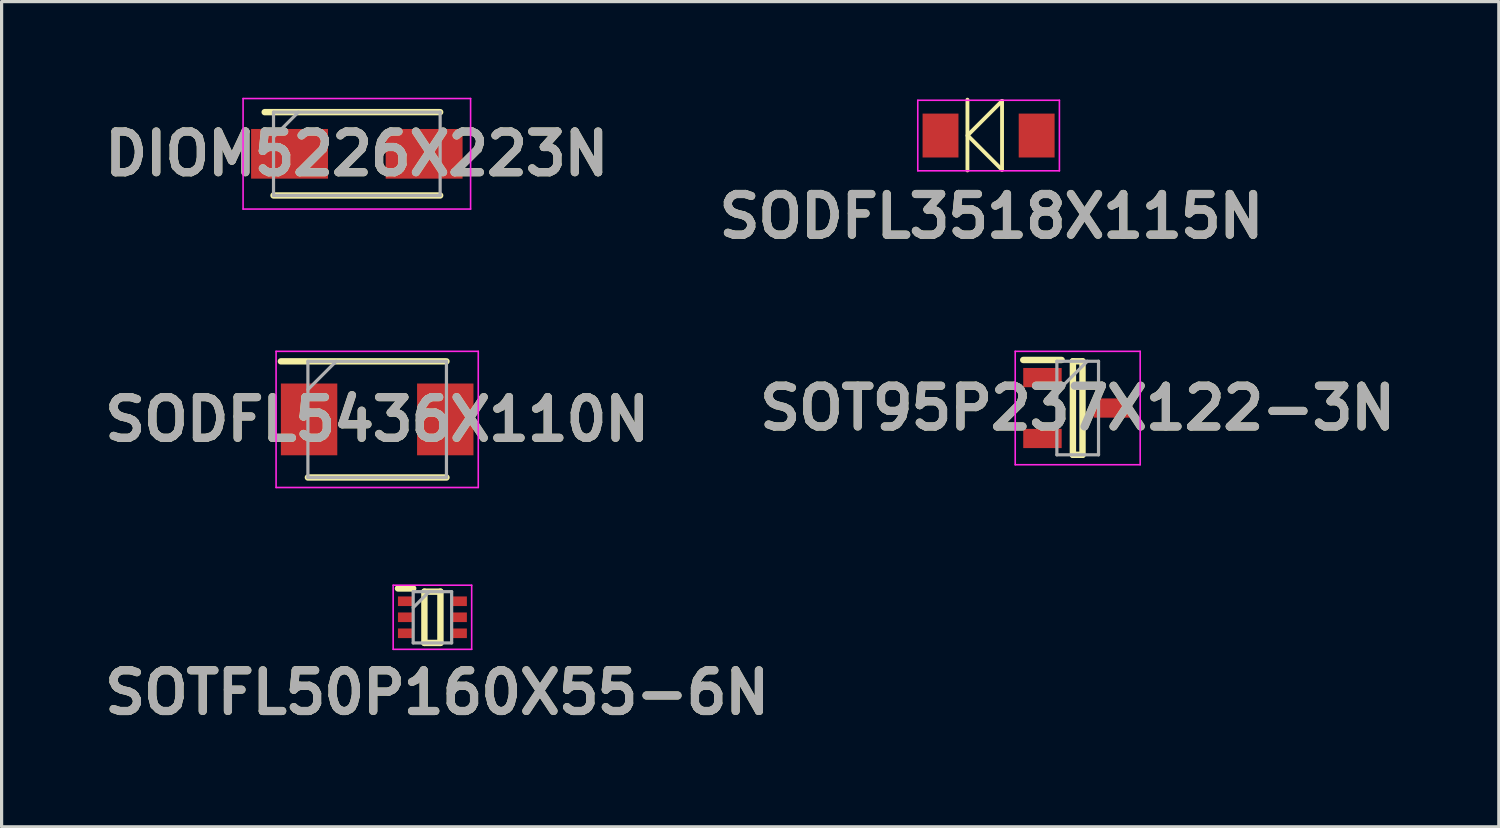
<source format=kicad_pcb>
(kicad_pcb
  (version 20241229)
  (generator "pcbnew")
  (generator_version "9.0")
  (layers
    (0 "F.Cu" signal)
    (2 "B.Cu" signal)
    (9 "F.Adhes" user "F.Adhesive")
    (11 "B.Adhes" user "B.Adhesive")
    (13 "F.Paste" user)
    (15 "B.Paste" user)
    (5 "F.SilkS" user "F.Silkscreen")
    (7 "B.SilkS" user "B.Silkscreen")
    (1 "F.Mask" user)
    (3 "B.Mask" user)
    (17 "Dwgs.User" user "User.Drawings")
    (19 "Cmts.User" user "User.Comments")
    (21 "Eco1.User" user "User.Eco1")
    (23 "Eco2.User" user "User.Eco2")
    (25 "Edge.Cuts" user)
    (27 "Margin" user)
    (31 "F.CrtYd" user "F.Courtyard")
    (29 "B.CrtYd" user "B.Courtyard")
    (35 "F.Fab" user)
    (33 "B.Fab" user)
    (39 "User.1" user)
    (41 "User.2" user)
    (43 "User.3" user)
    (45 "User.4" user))
  (footprint "SODFL5436X110N"
    (layer "F.Cu")
    (at 8.721 10.039)
    (property "Reference" "SODFL5436X110N" (at 0 0 0) (layer "F.SilkS") (effects (font (size 1.27 1.27) (thickness 0.254))))
    (attr smd)
    (fp_line (start -3.005 -1.812) (end 2.162 -1.812) (stroke (width 0.2) (type solid)) (layer "F.SilkS"))
    (fp_line (start -2.162 1.812) (end 2.162 1.812) (stroke (width 0.2) (type solid)) (layer "F.SilkS"))
    (fp_line (start -3.155 -2.125) (end 3.155 -2.125) (stroke (width 0.05) (type solid)) (layer "F.CrtYd"))
    (fp_line (start -3.155 2.125) (end -3.155 -2.125) (stroke (width 0.05) (type solid)) (layer "F.CrtYd"))
    (fp_line (start 3.155 -2.125) (end 3.155 2.125) (stroke (width 0.05) (type solid)) (layer "F.CrtYd"))
    (fp_line (start 3.155 2.125) (end -3.155 2.125) (stroke (width 0.05) (type solid)) (layer "F.CrtYd"))
    (fp_line (start -2.162 -1.812) (end 2.162 -1.812) (stroke (width 0.1) (type solid)) (layer "F.Fab"))
    (fp_line (start -2.162 -0.932) (end -1.282 -1.812) (stroke (width 0.1) (type solid)) (layer "F.Fab"))
    (fp_line (start -2.162 1.812) (end -2.162 -1.812) (stroke (width 0.1) (type solid)) (layer "F.Fab"))
    (fp_line (start 2.162 -1.812) (end 2.162 1.812) (stroke (width 0.1) (type solid)) (layer "F.Fab"))
    (fp_line (start 2.162 1.812) (end -2.162 1.812) (stroke (width 0.1) (type solid)) (layer "F.Fab"))
    (fp_text user "${REFERENCE}" (at 0 0 0) (layer "F.Fab") (effects (font (size 1.27 1.27) (thickness 0.254))))
    (pad "1" smd rect (at -2.125 0) (size 1.76 2.24) (layers "F.Cu" "F.Mask" "F.Paste"))
    (pad "2" smd rect (at 2.125 0) (size 1.76 2.24) (layers "F.Cu" "F.Mask" "F.Paste")))
  (footprint "DIOM5226X223N"
    (layer "F.Cu")
    (at 8.086 1.75)
    (property "Reference" "DIOM5226X223N" (at 0 0 0) (layer "F.SilkS") (effects (font (size 1.27 1.27) (thickness 0.254))))
    (attr smd)
    (fp_line (start -2.6 1.3) (end 2.6 1.3) (stroke (width 0.2) (type solid)) (layer "F.SilkS"))
    (fp_line (start 2.6 -1.3) (end -2.875 -1.3) (stroke (width 0.2) (type solid)) (layer "F.SilkS"))
    (fp_line (start -3.55 -1.725) (end 3.55 -1.725) (stroke (width 0.05) (type solid)) (layer "F.CrtYd"))
    (fp_line (start -3.55 1.725) (end -3.55 -1.725) (stroke (width 0.05) (type solid)) (layer "F.CrtYd"))
    (fp_line (start 3.55 -1.725) (end 3.55 1.725) (stroke (width 0.05) (type solid)) (layer "F.CrtYd"))
    (fp_line (start 3.55 1.725) (end -3.55 1.725) (stroke (width 0.05) (type solid)) (layer "F.CrtYd"))
    (fp_line (start -2.6 -1.3) (end 2.6 -1.3) (stroke (width 0.1) (type solid)) (layer "F.Fab"))
    (fp_line (start -2.6 -0.525) (end -1.825 -1.3) (stroke (width 0.1) (type solid)) (layer "F.Fab"))
    (fp_line (start -2.6 1.3) (end -2.6 -1.3) (stroke (width 0.1) (type solid)) (layer "F.Fab"))
    (fp_line (start 2.6 -1.3) (end 2.6 1.3) (stroke (width 0.1) (type solid)) (layer "F.Fab"))
    (fp_line (start 2.6 1.3) (end -2.6 1.3) (stroke (width 0.1) (type solid)) (layer "F.Fab"))
    (fp_text user "${REFERENCE}" (at 0 0 0) (layer "F.Fab") (effects (font (size 1.27 1.27) (thickness 0.254))))
    (pad "1" smd rect (at -2.1 0 90) (size 1.55 2.4) (layers "F.Cu" "F.Mask" "F.Paste"))
    (pad "2" smd rect (at 2.1 0 90) (size 1.55 2.4) (layers "F.Cu" "F.Mask" "F.Paste")))
  (footprint "SODFL3518X115N"
    (layer "F.Cu")
    (at 27.802 1.18)
    (property "Reference" "SODFL3518X115N" (at 0.09 2.52 0) (layer "F.SilkS") (effects (font (size 1.27 1.27) (thickness 0.254))))
    (attr smd)
    (fp_line (start -0.66 -1.12) (end -0.66 1.09) (stroke (width 0.12) (type solid)) (layer "F.SilkS"))
    (fp_line (start -0.66 0) (end 0.42 -1.08) (stroke (width 0.12) (type solid)) (layer "F.SilkS"))
    (fp_line (start 0.42 -1.08) (end 0.42 1.07) (stroke (width 0.12) (type solid)) (layer "F.SilkS"))
    (fp_line (start 0.42 1.07) (end -0.62 0.03) (stroke (width 0.12) (type solid)) (layer "F.SilkS"))
    (fp_line (start -2.21 -1.1) (end 2.21 -1.1) (stroke (width 0.05) (type solid)) (layer "F.CrtYd"))
    (fp_line (start -2.21 1.1) (end -2.21 -1.1) (stroke (width 0.05) (type solid)) (layer "F.CrtYd"))
    (fp_line (start 2.21 -1.1) (end 2.21 1.1) (stroke (width 0.05) (type solid)) (layer "F.CrtYd"))
    (fp_line (start 2.21 1.1) (end -2.21 1.1) (stroke (width 0.05) (type solid)) (layer "F.CrtYd"))
    (fp_text user "${REFERENCE}" (at 0.09 2.52 0) (layer "F.Fab") (effects (font (size 1.27 1.27) (thickness 0.254))))
    (pad "1" smd rect (at -1.5 0) (size 1.12 1.37) (layers "F.Cu" "F.Mask" "F.Paste"))
    (pad "2" smd rect (at 1.5 0) (size 1.12 1.37) (layers "F.Cu" "F.Mask" "F.Paste")))
  (footprint "SOTFL50P160X55-6N"
    (layer "F.Cu")
    (at 10.445 16.214)
    (property "Reference" "SOTFL50P160X55-6N" (at 0.15 2.35 0) (layer "F.SilkS") (effects (font (size 1.27 1.27) (thickness 0.254))))
    (attr smd)
    (fp_line (start -1.075 -0.9) (end -0.6 -0.9) (stroke (width 0.2) (type solid)) (layer "F.SilkS"))
    (fp_line (start -0.25 -0.8) (end 0.25 -0.8) (stroke (width 0.2) (type solid)) (layer "F.SilkS"))
    (fp_line (start -0.25 0.8) (end -0.25 -0.8) (stroke (width 0.2) (type solid)) (layer "F.SilkS"))
    (fp_line (start 0.25 -0.8) (end 0.25 0.8) (stroke (width 0.2) (type solid)) (layer "F.SilkS"))
    (fp_line (start 0.25 0.8) (end -0.25 0.8) (stroke (width 0.2) (type solid)) (layer "F.SilkS"))
    (fp_line (start -1.225 -1) (end 1.225 -1) (stroke (width 0.05) (type solid)) (layer "F.CrtYd"))
    (fp_line (start -1.225 1) (end -1.225 -1) (stroke (width 0.05) (type solid)) (layer "F.CrtYd"))
    (fp_line (start 1.225 -1) (end 1.225 1) (stroke (width 0.05) (type solid)) (layer "F.CrtYd"))
    (fp_line (start 1.225 1) (end -1.225 1) (stroke (width 0.05) (type solid)) (layer "F.CrtYd"))
    (fp_line (start -0.6 -0.8) (end 0.6 -0.8) (stroke (width 0.1) (type solid)) (layer "F.Fab"))
    (fp_line (start -0.6 -0.3) (end -0.1 -0.8) (stroke (width 0.1) (type solid)) (layer "F.Fab"))
    (fp_line (start -0.6 0.8) (end -0.6 -0.8) (stroke (width 0.1) (type solid)) (layer "F.Fab"))
    (fp_line (start 0.6 -0.8) (end 0.6 0.8) (stroke (width 0.1) (type solid)) (layer "F.Fab"))
    (fp_line (start 0.6 0.8) (end -0.6 0.8) (stroke (width 0.1) (type solid)) (layer "F.Fab"))
    (fp_text user "${REFERENCE}" (at 0.15 2.35 0) (layer "F.Fab") (effects (font (size 1.27 1.27) (thickness 0.254))))
    (pad "1" smd rect (at -0.838 -0.5 90) (size 0.3 0.475) (layers "F.Cu" "F.Mask" "F.Paste"))
    (pad "2" smd rect (at -0.838 0 90) (size 0.3 0.475) (layers "F.Cu" "F.Mask" "F.Paste"))
    (pad "3" smd rect (at -0.838 0.5 90) (size 0.3 0.475) (layers "F.Cu" "F.Mask" "F.Paste"))
    (pad "4" smd rect (at 0.838 0.5 90) (size 0.3 0.475) (layers "F.Cu" "F.Mask" "F.Paste"))
    (pad "5" smd rect (at 0.838 0 90) (size 0.3 0.475) (layers "F.Cu" "F.Mask" "F.Paste"))
    (pad "6" smd rect (at 0.838 -0.5 90) (size 0.3 0.475) (layers "F.Cu" "F.Mask" "F.Paste")))
  (footprint "SOT95P237X122-3N"
    (layer "F.Cu")
    (at 30.583 9.684)
    (property "Reference" "SOT95P237X122-3N" (at 0 0 0) (layer "F.SilkS") (effects (font (size 1.27 1.27) (thickness 0.254))))
    (attr smd)
    (fp_line (start -1.7 -1.5) (end -0.5 -1.5) (stroke (width 0.2) (type solid)) (layer "F.SilkS"))
    (fp_line (start -0.15 -1.46) (end 0.15 -1.46) (stroke (width 0.2) (type solid)) (layer "F.SilkS"))
    (fp_line (start -0.15 1.46) (end -0.15 -1.46) (stroke (width 0.2) (type solid)) (layer "F.SilkS"))
    (fp_line (start 0.15 -1.46) (end 0.15 1.46) (stroke (width 0.2) (type solid)) (layer "F.SilkS"))
    (fp_line (start 0.15 1.46) (end -0.15 1.46) (stroke (width 0.2) (type solid)) (layer "F.SilkS"))
    (fp_line (start -1.95 -1.77) (end 1.95 -1.77) (stroke (width 0.05) (type solid)) (layer "F.CrtYd"))
    (fp_line (start -1.95 1.77) (end -1.95 -1.77) (stroke (width 0.05) (type solid)) (layer "F.CrtYd"))
    (fp_line (start 1.95 -1.77) (end 1.95 1.77) (stroke (width 0.05) (type solid)) (layer "F.CrtYd"))
    (fp_line (start 1.95 1.77) (end -1.95 1.77) (stroke (width 0.05) (type solid)) (layer "F.CrtYd"))
    (fp_line (start -0.65 -1.46) (end 0.65 -1.46) (stroke (width 0.1) (type solid)) (layer "F.Fab"))
    (fp_line (start -0.65 -0.51) (end 0.3 -1.46) (stroke (width 0.1) (type solid)) (layer "F.Fab"))
    (fp_line (start -0.65 1.46) (end -0.65 -1.46) (stroke (width 0.1) (type solid)) (layer "F.Fab"))
    (fp_line (start 0.65 -1.46) (end 0.65 1.46) (stroke (width 0.1) (type solid)) (layer "F.Fab"))
    (fp_line (start 0.65 1.46) (end -0.65 1.46) (stroke (width 0.1) (type solid)) (layer "F.Fab"))
    (fp_text user "${REFERENCE}" (at 0 0 0) (layer "F.Fab") (effects (font (size 1.27 1.27) (thickness 0.254))))
    (pad "1" smd rect (at -1.1 -0.95 90) (size 0.6 1.2) (layers "F.Cu" "F.Mask" "F.Paste"))
    (pad "2" smd rect (at -1.1 0.95 90) (size 0.6 1.2) (layers "F.Cu" "F.Mask" "F.Paste"))
    (pad "3" smd rect (at 1.1 0 90) (size 0.6 1.2) (layers "F.Cu" "F.Mask" "F.Paste")))
  (gr_rect
    (start -3 -3)
    (end 43.725 22.752)
    (stroke (width 0.1) (type default))
    (fill no)
    (layer "Edge.Cuts")))
</source>
